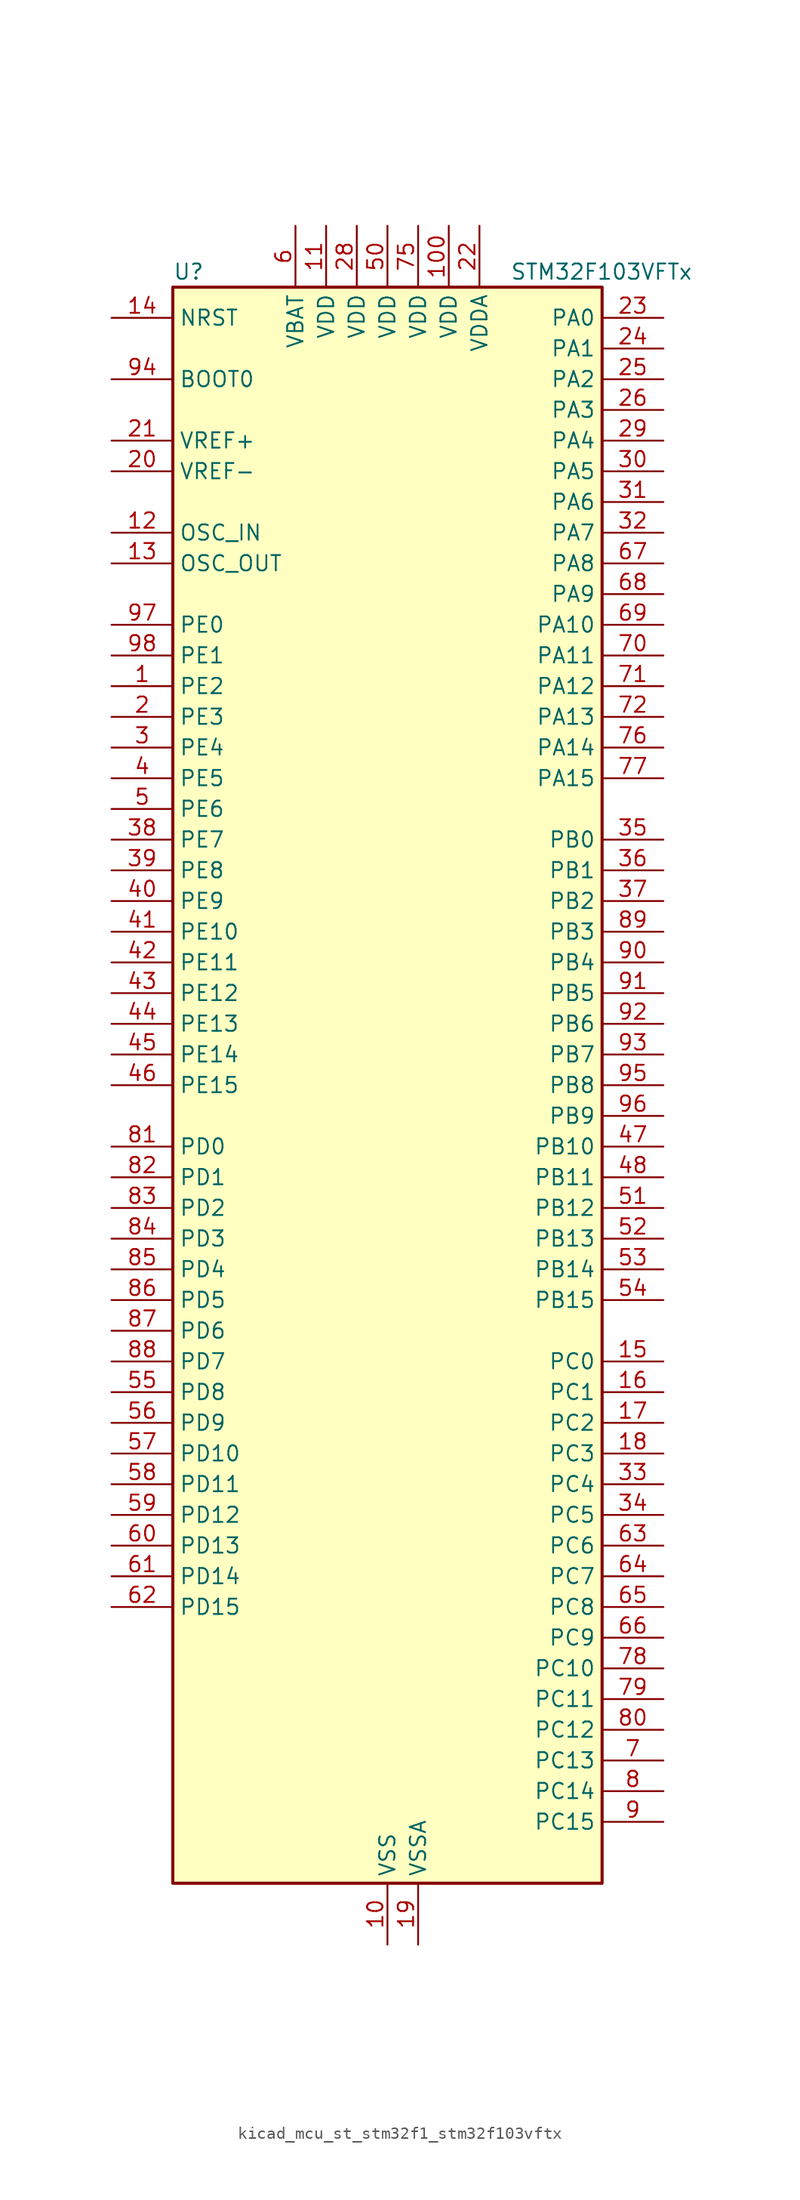
<source format=kicad_sym>
(kicad_symbol_lib
  (version 20220914)
  (generator kicad_symbol_editor)
  (symbol "kicad_mcu_st_stm32f1_stm32f103vftx"
    (property "Reference" "U"
      (at -17.78 67.31 0)
      (effects (font (size 1.27 1.27)) (justify left)))
    (property "Value" "STM32F103VFTx"
      (at 10.16 67.31 0)
      (effects (font (size 1.27 1.27)) (justify left)))
    (property "ki_locked" ""
      (at 0 0 0)
      (effects (font (size 1.27 1.27))))
    (symbol "kicad_mcu_st_stm32f1_stm32f103vftx_0_1"
      (rectangle (start -17.78 -66.04) (end 17.78 66.04) (stroke (width 0.254) (type default)) (fill (type background))))
    (symbol "kicad_mcu_st_stm32f1_stm32f103vftx_1_1"
      (pin bidirectional line (at -22.86 33.02 0) (length 5.08) (name "PE2" (effects (font (size 1.27 1.27)))) (number "1" (effects (font (size 1.27 1.27)))) (alternate "FSMC_A23" bidirectional line) (alternate "SYS_TRACECLK" bidirectional line))
      (pin power_in line (at 0 -71.12 90) (length 5.08) (name "VSS" (effects (font (size 1.27 1.27)))) (number "10" (effects (font (size 1.27 1.27)))))
      (pin power_in line (at 5.08 71.12 270) (length 5.08) (name "VDD" (effects (font (size 1.27 1.27)))) (number "100" (effects (font (size 1.27 1.27)))))
      (pin power_in line (at -5.08 71.12 270) (length 5.08) (name "VDD" (effects (font (size 1.27 1.27)))) (number "11" (effects (font (size 1.27 1.27)))))
      (pin input line (at -22.86 45.72 0) (length 5.08) (name "OSC_IN" (effects (font (size 1.27 1.27)))) (number "12" (effects (font (size 1.27 1.27)))) (alternate "RCC_OSC_IN" bidirectional line))
      (pin input line (at -22.86 43.18 0) (length 5.08) (name "OSC_OUT" (effects (font (size 1.27 1.27)))) (number "13" (effects (font (size 1.27 1.27)))) (alternate "RCC_OSC_OUT" bidirectional line))
      (pin input line (at -22.86 63.5 0) (length 5.08) (name "NRST" (effects (font (size 1.27 1.27)))) (number "14" (effects (font (size 1.27 1.27)))))
      (pin bidirectional line (at 22.86 -22.86 180) (length 5.08) (name "PC0" (effects (font (size 1.27 1.27)))) (number "15" (effects (font (size 1.27 1.27)))) (alternate "ADC1_IN10" bidirectional line) (alternate "ADC2_IN10" bidirectional line) (alternate "ADC3_IN10" bidirectional line))
      (pin bidirectional line (at 22.86 -25.4 180) (length 5.08) (name "PC1" (effects (font (size 1.27 1.27)))) (number "16" (effects (font (size 1.27 1.27)))) (alternate "ADC1_IN11" bidirectional line) (alternate "ADC2_IN11" bidirectional line) (alternate "ADC3_IN11" bidirectional line))
      (pin bidirectional line (at 22.86 -27.94 180) (length 5.08) (name "PC2" (effects (font (size 1.27 1.27)))) (number "17" (effects (font (size 1.27 1.27)))) (alternate "ADC1_IN12" bidirectional line) (alternate "ADC2_IN12" bidirectional line) (alternate "ADC3_IN12" bidirectional line))
      (pin bidirectional line (at 22.86 -30.48 180) (length 5.08) (name "PC3" (effects (font (size 1.27 1.27)))) (number "18" (effects (font (size 1.27 1.27)))) (alternate "ADC1_IN13" bidirectional line) (alternate "ADC2_IN13" bidirectional line) (alternate "ADC3_IN13" bidirectional line))
      (pin power_in line (at 2.54 -71.12 90) (length 5.08) (name "VSSA" (effects (font (size 1.27 1.27)))) (number "19" (effects (font (size 1.27 1.27)))))
      (pin bidirectional line (at -22.86 30.48 0) (length 5.08) (name "PE3" (effects (font (size 1.27 1.27)))) (number "2" (effects (font (size 1.27 1.27)))) (alternate "FSMC_A19" bidirectional line) (alternate "SYS_TRACED0" bidirectional line))
      (pin input line (at -22.86 50.8 0) (length 5.08) (name "VREF-" (effects (font (size 1.27 1.27)))) (number "20" (effects (font (size 1.27 1.27)))))
      (pin input line (at -22.86 53.34 0) (length 5.08) (name "VREF+" (effects (font (size 1.27 1.27)))) (number "21" (effects (font (size 1.27 1.27)))))
      (pin power_in line (at 7.62 71.12 270) (length 5.08) (name "VDDA" (effects (font (size 1.27 1.27)))) (number "22" (effects (font (size 1.27 1.27)))))
      (pin bidirectional line (at 22.86 63.5 180) (length 5.08) (name "PA0" (effects (font (size 1.27 1.27)))) (number "23" (effects (font (size 1.27 1.27)))) (alternate "ADC1_IN0" bidirectional line) (alternate "ADC2_IN0" bidirectional line) (alternate "ADC3_IN0" bidirectional line) (alternate "SYS_WKUP" bidirectional line) (alternate "TIM2_CH1" bidirectional line) (alternate "TIM2_ETR" bidirectional line) (alternate "TIM5_CH1" bidirectional line) (alternate "TIM8_ETR" bidirectional line) (alternate "USART2_CTS" bidirectional line))
      (pin bidirectional line (at 22.86 60.96 180) (length 5.08) (name "PA1" (effects (font (size 1.27 1.27)))) (number "24" (effects (font (size 1.27 1.27)))) (alternate "ADC1_IN1" bidirectional line) (alternate "ADC2_IN1" bidirectional line) (alternate "ADC3_IN1" bidirectional line) (alternate "TIM2_CH2" bidirectional line) (alternate "TIM5_CH2" bidirectional line) (alternate "USART2_RTS" bidirectional line))
      (pin bidirectional line (at 22.86 58.42 180) (length 5.08) (name "PA2" (effects (font (size 1.27 1.27)))) (number "25" (effects (font (size 1.27 1.27)))) (alternate "ADC1_IN2" bidirectional line) (alternate "ADC2_IN2" bidirectional line) (alternate "ADC3_IN2" bidirectional line) (alternate "TIM2_CH3" bidirectional line) (alternate "TIM5_CH3" bidirectional line) (alternate "TIM9_CH1" bidirectional line) (alternate "USART2_TX" bidirectional line))
      (pin bidirectional line (at 22.86 55.88 180) (length 5.08) (name "PA3" (effects (font (size 1.27 1.27)))) (number "26" (effects (font (size 1.27 1.27)))) (alternate "ADC1_IN3" bidirectional line) (alternate "ADC2_IN3" bidirectional line) (alternate "ADC3_IN3" bidirectional line) (alternate "TIM2_CH4" bidirectional line) (alternate "TIM5_CH4" bidirectional line) (alternate "TIM9_CH2" bidirectional line) (alternate "USART2_RX" bidirectional line))
      (pin passive line (at 0 -71.12 90) (length 5.08) hide (name "VSS" (effects (font (size 1.27 1.27)))) (number "27" (effects (font (size 1.27 1.27)))))
      (pin power_in line (at -2.54 71.12 270) (length 5.08) (name "VDD" (effects (font (size 1.27 1.27)))) (number "28" (effects (font (size 1.27 1.27)))))
      (pin bidirectional line (at 22.86 53.34 180) (length 5.08) (name "PA4" (effects (font (size 1.27 1.27)))) (number "29" (effects (font (size 1.27 1.27)))) (alternate "ADC1_IN4" bidirectional line) (alternate "ADC2_IN4" bidirectional line) (alternate "DAC_OUT1" bidirectional line) (alternate "SPI1_NSS" bidirectional line) (alternate "USART2_CK" bidirectional line))
      (pin bidirectional line (at -22.86 27.94 0) (length 5.08) (name "PE4" (effects (font (size 1.27 1.27)))) (number "3" (effects (font (size 1.27 1.27)))) (alternate "FSMC_A20" bidirectional line) (alternate "SYS_TRACED1" bidirectional line))
      (pin bidirectional line (at 22.86 50.8 180) (length 5.08) (name "PA5" (effects (font (size 1.27 1.27)))) (number "30" (effects (font (size 1.27 1.27)))) (alternate "ADC1_IN5" bidirectional line) (alternate "ADC2_IN5" bidirectional line) (alternate "DAC_OUT2" bidirectional line) (alternate "SPI1_SCK" bidirectional line))
      (pin bidirectional line (at 22.86 48.26 180) (length 5.08) (name "PA6" (effects (font (size 1.27 1.27)))) (number "31" (effects (font (size 1.27 1.27)))) (alternate "ADC1_IN6" bidirectional line) (alternate "ADC2_IN6" bidirectional line) (alternate "SPI1_MISO" bidirectional line) (alternate "TIM13_CH1" bidirectional line) (alternate "TIM1_BKIN" bidirectional line) (alternate "TIM3_CH1" bidirectional line) (alternate "TIM8_BKIN" bidirectional line))
      (pin bidirectional line (at 22.86 45.72 180) (length 5.08) (name "PA7" (effects (font (size 1.27 1.27)))) (number "32" (effects (font (size 1.27 1.27)))) (alternate "ADC1_IN7" bidirectional line) (alternate "ADC2_IN7" bidirectional line) (alternate "SPI1_MOSI" bidirectional line) (alternate "TIM14_CH1" bidirectional line) (alternate "TIM1_CH1N" bidirectional line) (alternate "TIM3_CH2" bidirectional line) (alternate "TIM8_CH1N" bidirectional line))
      (pin bidirectional line (at 22.86 -33.02 180) (length 5.08) (name "PC4" (effects (font (size 1.27 1.27)))) (number "33" (effects (font (size 1.27 1.27)))) (alternate "ADC1_IN14" bidirectional line) (alternate "ADC2_IN14" bidirectional line))
      (pin bidirectional line (at 22.86 -35.56 180) (length 5.08) (name "PC5" (effects (font (size 1.27 1.27)))) (number "34" (effects (font (size 1.27 1.27)))) (alternate "ADC1_IN15" bidirectional line) (alternate "ADC2_IN15" bidirectional line))
      (pin bidirectional line (at 22.86 20.32 180) (length 5.08) (name "PB0" (effects (font (size 1.27 1.27)))) (number "35" (effects (font (size 1.27 1.27)))) (alternate "ADC1_IN8" bidirectional line) (alternate "ADC2_IN8" bidirectional line) (alternate "TIM1_CH2N" bidirectional line) (alternate "TIM3_CH3" bidirectional line) (alternate "TIM8_CH2N" bidirectional line))
      (pin bidirectional line (at 22.86 17.78 180) (length 5.08) (name "PB1" (effects (font (size 1.27 1.27)))) (number "36" (effects (font (size 1.27 1.27)))) (alternate "ADC1_IN9" bidirectional line) (alternate "ADC2_IN9" bidirectional line) (alternate "TIM1_CH3N" bidirectional line) (alternate "TIM3_CH4" bidirectional line) (alternate "TIM8_CH3N" bidirectional line))
      (pin bidirectional line (at 22.86 15.24 180) (length 5.08) (name "PB2" (effects (font (size 1.27 1.27)))) (number "37" (effects (font (size 1.27 1.27)))))
      (pin bidirectional line (at -22.86 20.32 0) (length 5.08) (name "PE7" (effects (font (size 1.27 1.27)))) (number "38" (effects (font (size 1.27 1.27)))) (alternate "FSMC_D4" bidirectional line) (alternate "FSMC_DA4" bidirectional line) (alternate "TIM1_ETR" bidirectional line))
      (pin bidirectional line (at -22.86 17.78 0) (length 5.08) (name "PE8" (effects (font (size 1.27 1.27)))) (number "39" (effects (font (size 1.27 1.27)))) (alternate "FSMC_D5" bidirectional line) (alternate "FSMC_DA5" bidirectional line) (alternate "TIM1_CH1N" bidirectional line))
      (pin bidirectional line (at -22.86 25.4 0) (length 5.08) (name "PE5" (effects (font (size 1.27 1.27)))) (number "4" (effects (font (size 1.27 1.27)))) (alternate "FSMC_A21" bidirectional line) (alternate "SYS_TRACED2" bidirectional line) (alternate "TIM9_CH1" bidirectional line))
      (pin bidirectional line (at -22.86 15.24 0) (length 5.08) (name "PE9" (effects (font (size 1.27 1.27)))) (number "40" (effects (font (size 1.27 1.27)))) (alternate "DAC_EXTI9" bidirectional line) (alternate "FSMC_D6" bidirectional line) (alternate "FSMC_DA6" bidirectional line) (alternate "TIM1_CH1" bidirectional line))
      (pin bidirectional line (at -22.86 12.7 0) (length 5.08) (name "PE10" (effects (font (size 1.27 1.27)))) (number "41" (effects (font (size 1.27 1.27)))) (alternate "FSMC_D7" bidirectional line) (alternate "FSMC_DA7" bidirectional line) (alternate "TIM1_CH2N" bidirectional line))
      (pin bidirectional line (at -22.86 10.16 0) (length 5.08) (name "PE11" (effects (font (size 1.27 1.27)))) (number "42" (effects (font (size 1.27 1.27)))) (alternate "ADC1_EXTI11" bidirectional line) (alternate "ADC2_EXTI11" bidirectional line) (alternate "FSMC_D8" bidirectional line) (alternate "FSMC_DA8" bidirectional line) (alternate "TIM1_CH2" bidirectional line))
      (pin bidirectional line (at -22.86 7.62 0) (length 5.08) (name "PE12" (effects (font (size 1.27 1.27)))) (number "43" (effects (font (size 1.27 1.27)))) (alternate "FSMC_D9" bidirectional line) (alternate "FSMC_DA9" bidirectional line) (alternate "TIM1_CH3N" bidirectional line))
      (pin bidirectional line (at -22.86 5.08 0) (length 5.08) (name "PE13" (effects (font (size 1.27 1.27)))) (number "44" (effects (font (size 1.27 1.27)))) (alternate "FSMC_D10" bidirectional line) (alternate "FSMC_DA10" bidirectional line) (alternate "TIM1_CH3" bidirectional line))
      (pin bidirectional line (at -22.86 2.54 0) (length 5.08) (name "PE14" (effects (font (size 1.27 1.27)))) (number "45" (effects (font (size 1.27 1.27)))) (alternate "FSMC_D11" bidirectional line) (alternate "FSMC_DA11" bidirectional line) (alternate "TIM1_CH4" bidirectional line))
      (pin bidirectional line (at -22.86 0 0) (length 5.08) (name "PE15" (effects (font (size 1.27 1.27)))) (number "46" (effects (font (size 1.27 1.27)))) (alternate "ADC1_EXTI15" bidirectional line) (alternate "ADC2_EXTI15" bidirectional line) (alternate "FSMC_D12" bidirectional line) (alternate "FSMC_DA12" bidirectional line) (alternate "TIM1_BKIN" bidirectional line))
      (pin bidirectional line (at 22.86 -5.08 180) (length 5.08) (name "PB10" (effects (font (size 1.27 1.27)))) (number "47" (effects (font (size 1.27 1.27)))) (alternate "I2C2_SCL" bidirectional line) (alternate "TIM2_CH3" bidirectional line) (alternate "USART3_TX" bidirectional line))
      (pin bidirectional line (at 22.86 -7.62 180) (length 5.08) (name "PB11" (effects (font (size 1.27 1.27)))) (number "48" (effects (font (size 1.27 1.27)))) (alternate "ADC1_EXTI11" bidirectional line) (alternate "ADC2_EXTI11" bidirectional line) (alternate "I2C2_SDA" bidirectional line) (alternate "TIM2_CH4" bidirectional line) (alternate "USART3_RX" bidirectional line))
      (pin passive line (at 0 -71.12 90) (length 5.08) hide (name "VSS" (effects (font (size 1.27 1.27)))) (number "49" (effects (font (size 1.27 1.27)))))
      (pin bidirectional line (at -22.86 22.86 0) (length 5.08) (name "PE6" (effects (font (size 1.27 1.27)))) (number "5" (effects (font (size 1.27 1.27)))) (alternate "FSMC_A22" bidirectional line) (alternate "SYS_TRACED3" bidirectional line) (alternate "TIM9_CH2" bidirectional line))
      (pin power_in line (at 0 71.12 270) (length 5.08) (name "VDD" (effects (font (size 1.27 1.27)))) (number "50" (effects (font (size 1.27 1.27)))))
      (pin bidirectional line (at 22.86 -10.16 180) (length 5.08) (name "PB12" (effects (font (size 1.27 1.27)))) (number "51" (effects (font (size 1.27 1.27)))) (alternate "I2C2_SMBA" bidirectional line) (alternate "I2S2_WS" bidirectional line) (alternate "SPI2_NSS" bidirectional line) (alternate "TIM1_BKIN" bidirectional line) (alternate "USART3_CK" bidirectional line))
      (pin bidirectional line (at 22.86 -12.7 180) (length 5.08) (name "PB13" (effects (font (size 1.27 1.27)))) (number "52" (effects (font (size 1.27 1.27)))) (alternate "I2S2_CK" bidirectional line) (alternate "SPI2_SCK" bidirectional line) (alternate "TIM1_CH1N" bidirectional line) (alternate "USART3_CTS" bidirectional line))
      (pin bidirectional line (at 22.86 -15.24 180) (length 5.08) (name "PB14" (effects (font (size 1.27 1.27)))) (number "53" (effects (font (size 1.27 1.27)))) (alternate "SPI2_MISO" bidirectional line) (alternate "TIM12_CH1" bidirectional line) (alternate "TIM1_CH2N" bidirectional line) (alternate "USART3_RTS" bidirectional line))
      (pin bidirectional line (at 22.86 -17.78 180) (length 5.08) (name "PB15" (effects (font (size 1.27 1.27)))) (number "54" (effects (font (size 1.27 1.27)))) (alternate "ADC1_EXTI15" bidirectional line) (alternate "ADC2_EXTI15" bidirectional line) (alternate "I2S2_SD" bidirectional line) (alternate "SPI2_MOSI" bidirectional line) (alternate "TIM12_CH2" bidirectional line) (alternate "TIM1_CH3N" bidirectional line))
      (pin bidirectional line (at -22.86 -25.4 0) (length 5.08) (name "PD8" (effects (font (size 1.27 1.27)))) (number "55" (effects (font (size 1.27 1.27)))) (alternate "FSMC_D13" bidirectional line) (alternate "FSMC_DA13" bidirectional line) (alternate "USART3_TX" bidirectional line))
      (pin bidirectional line (at -22.86 -27.94 0) (length 5.08) (name "PD9" (effects (font (size 1.27 1.27)))) (number "56" (effects (font (size 1.27 1.27)))) (alternate "DAC_EXTI9" bidirectional line) (alternate "FSMC_D14" bidirectional line) (alternate "FSMC_DA14" bidirectional line) (alternate "USART3_RX" bidirectional line))
      (pin bidirectional line (at -22.86 -30.48 0) (length 5.08) (name "PD10" (effects (font (size 1.27 1.27)))) (number "57" (effects (font (size 1.27 1.27)))) (alternate "FSMC_D15" bidirectional line) (alternate "FSMC_DA15" bidirectional line) (alternate "USART3_CK" bidirectional line))
      (pin bidirectional line (at -22.86 -33.02 0) (length 5.08) (name "PD11" (effects (font (size 1.27 1.27)))) (number "58" (effects (font (size 1.27 1.27)))) (alternate "ADC1_EXTI11" bidirectional line) (alternate "ADC2_EXTI11" bidirectional line) (alternate "FSMC_A16" bidirectional line) (alternate "FSMC_CLE" bidirectional line) (alternate "USART3_CTS" bidirectional line))
      (pin bidirectional line (at -22.86 -35.56 0) (length 5.08) (name "PD12" (effects (font (size 1.27 1.27)))) (number "59" (effects (font (size 1.27 1.27)))) (alternate "FSMC_A17" bidirectional line) (alternate "FSMC_ALE" bidirectional line) (alternate "TIM4_CH1" bidirectional line) (alternate "USART3_RTS" bidirectional line))
      (pin power_in line (at -7.62 71.12 270) (length 5.08) (name "VBAT" (effects (font (size 1.27 1.27)))) (number "6" (effects (font (size 1.27 1.27)))))
      (pin bidirectional line (at -22.86 -38.1 0) (length 5.08) (name "PD13" (effects (font (size 1.27 1.27)))) (number "60" (effects (font (size 1.27 1.27)))) (alternate "FSMC_A18" bidirectional line) (alternate "TIM4_CH2" bidirectional line))
      (pin bidirectional line (at -22.86 -40.64 0) (length 5.08) (name "PD14" (effects (font (size 1.27 1.27)))) (number "61" (effects (font (size 1.27 1.27)))) (alternate "FSMC_D0" bidirectional line) (alternate "FSMC_DA0" bidirectional line) (alternate "TIM4_CH3" bidirectional line))
      (pin bidirectional line (at -22.86 -43.18 0) (length 5.08) (name "PD15" (effects (font (size 1.27 1.27)))) (number "62" (effects (font (size 1.27 1.27)))) (alternate "ADC1_EXTI15" bidirectional line) (alternate "ADC2_EXTI15" bidirectional line) (alternate "FSMC_D1" bidirectional line) (alternate "FSMC_DA1" bidirectional line) (alternate "TIM4_CH4" bidirectional line))
      (pin bidirectional line (at 22.86 -38.1 180) (length 5.08) (name "PC6" (effects (font (size 1.27 1.27)))) (number "63" (effects (font (size 1.27 1.27)))) (alternate "I2S2_MCK" bidirectional line) (alternate "SDIO_D6" bidirectional line) (alternate "TIM3_CH1" bidirectional line) (alternate "TIM8_CH1" bidirectional line))
      (pin bidirectional line (at 22.86 -40.64 180) (length 5.08) (name "PC7" (effects (font (size 1.27 1.27)))) (number "64" (effects (font (size 1.27 1.27)))) (alternate "I2S3_MCK" bidirectional line) (alternate "SDIO_D7" bidirectional line) (alternate "TIM3_CH2" bidirectional line) (alternate "TIM8_CH2" bidirectional line))
      (pin bidirectional line (at 22.86 -43.18 180) (length 5.08) (name "PC8" (effects (font (size 1.27 1.27)))) (number "65" (effects (font (size 1.27 1.27)))) (alternate "SDIO_D0" bidirectional line) (alternate "TIM3_CH3" bidirectional line) (alternate "TIM8_CH3" bidirectional line))
      (pin bidirectional line (at 22.86 -45.72 180) (length 5.08) (name "PC9" (effects (font (size 1.27 1.27)))) (number "66" (effects (font (size 1.27 1.27)))) (alternate "DAC_EXTI9" bidirectional line) (alternate "SDIO_D1" bidirectional line) (alternate "TIM3_CH4" bidirectional line) (alternate "TIM8_CH4" bidirectional line))
      (pin bidirectional line (at 22.86 43.18 180) (length 5.08) (name "PA8" (effects (font (size 1.27 1.27)))) (number "67" (effects (font (size 1.27 1.27)))) (alternate "RCC_MCO" bidirectional line) (alternate "TIM1_CH1" bidirectional line) (alternate "USART1_CK" bidirectional line))
      (pin bidirectional line (at 22.86 40.64 180) (length 5.08) (name "PA9" (effects (font (size 1.27 1.27)))) (number "68" (effects (font (size 1.27 1.27)))) (alternate "DAC_EXTI9" bidirectional line) (alternate "TIM1_CH2" bidirectional line) (alternate "USART1_TX" bidirectional line))
      (pin bidirectional line (at 22.86 38.1 180) (length 5.08) (name "PA10" (effects (font (size 1.27 1.27)))) (number "69" (effects (font (size 1.27 1.27)))) (alternate "TIM1_CH3" bidirectional line) (alternate "USART1_RX" bidirectional line))
      (pin bidirectional line (at 22.86 -55.88 180) (length 5.08) (name "PC13" (effects (font (size 1.27 1.27)))) (number "7" (effects (font (size 1.27 1.27)))) (alternate "RTC_OUT" bidirectional line) (alternate "RTC_TAMPER" bidirectional line))
      (pin bidirectional line (at 22.86 35.56 180) (length 5.08) (name "PA11" (effects (font (size 1.27 1.27)))) (number "70" (effects (font (size 1.27 1.27)))) (alternate "ADC1_EXTI11" bidirectional line) (alternate "ADC2_EXTI11" bidirectional line) (alternate "CAN_RX" bidirectional line) (alternate "TIM1_CH4" bidirectional line) (alternate "USART1_CTS" bidirectional line) (alternate "USB_DM" bidirectional line))
      (pin bidirectional line (at 22.86 33.02 180) (length 5.08) (name "PA12" (effects (font (size 1.27 1.27)))) (number "71" (effects (font (size 1.27 1.27)))) (alternate "CAN_TX" bidirectional line) (alternate "TIM1_ETR" bidirectional line) (alternate "USART1_RTS" bidirectional line) (alternate "USB_DP" bidirectional line))
      (pin bidirectional line (at 22.86 30.48 180) (length 5.08) (name "PA13" (effects (font (size 1.27 1.27)))) (number "72" (effects (font (size 1.27 1.27)))) (alternate "SYS_JTMS-SWDIO" bidirectional line))
      (pin no_connect line (at -17.78 -66.04 0) (length 5.08) hide (name "NC" (effects (font (size 1.27 1.27)))) (number "73" (effects (font (size 1.27 1.27)))))
      (pin passive line (at 0 -71.12 90) (length 5.08) hide (name "VSS" (effects (font (size 1.27 1.27)))) (number "74" (effects (font (size 1.27 1.27)))))
      (pin power_in line (at 2.54 71.12 270) (length 5.08) (name "VDD" (effects (font (size 1.27 1.27)))) (number "75" (effects (font (size 1.27 1.27)))))
      (pin bidirectional line (at 22.86 27.94 180) (length 5.08) (name "PA14" (effects (font (size 1.27 1.27)))) (number "76" (effects (font (size 1.27 1.27)))) (alternate "SYS_JTCK-SWCLK" bidirectional line))
      (pin bidirectional line (at 22.86 25.4 180) (length 5.08) (name "PA15" (effects (font (size 1.27 1.27)))) (number "77" (effects (font (size 1.27 1.27)))) (alternate "ADC1_EXTI15" bidirectional line) (alternate "ADC2_EXTI15" bidirectional line) (alternate "I2S3_WS" bidirectional line) (alternate "SPI1_NSS" bidirectional line) (alternate "SPI3_NSS" bidirectional line) (alternate "SYS_JTDI" bidirectional line) (alternate "TIM2_CH1" bidirectional line) (alternate "TIM2_ETR" bidirectional line))
      (pin bidirectional line (at 22.86 -48.26 180) (length 5.08) (name "PC10" (effects (font (size 1.27 1.27)))) (number "78" (effects (font (size 1.27 1.27)))) (alternate "SDIO_D2" bidirectional line) (alternate "UART4_TX" bidirectional line) (alternate "USART3_TX" bidirectional line))
      (pin bidirectional line (at 22.86 -50.8 180) (length 5.08) (name "PC11" (effects (font (size 1.27 1.27)))) (number "79" (effects (font (size 1.27 1.27)))) (alternate "ADC1_EXTI11" bidirectional line) (alternate "ADC2_EXTI11" bidirectional line) (alternate "SDIO_D3" bidirectional line) (alternate "UART4_RX" bidirectional line) (alternate "USART3_RX" bidirectional line))
      (pin bidirectional line (at 22.86 -58.42 180) (length 5.08) (name "PC14" (effects (font (size 1.27 1.27)))) (number "8" (effects (font (size 1.27 1.27)))) (alternate "RCC_OSC32_IN" bidirectional line))
      (pin bidirectional line (at 22.86 -53.34 180) (length 5.08) (name "PC12" (effects (font (size 1.27 1.27)))) (number "80" (effects (font (size 1.27 1.27)))) (alternate "SDIO_CK" bidirectional line) (alternate "UART5_TX" bidirectional line) (alternate "USART3_CK" bidirectional line))
      (pin bidirectional line (at -22.86 -5.08 0) (length 5.08) (name "PD0" (effects (font (size 1.27 1.27)))) (number "81" (effects (font (size 1.27 1.27)))) (alternate "CAN_RX" bidirectional line) (alternate "FSMC_D2" bidirectional line) (alternate "FSMC_DA2" bidirectional line))
      (pin bidirectional line (at -22.86 -7.62 0) (length 5.08) (name "PD1" (effects (font (size 1.27 1.27)))) (number "82" (effects (font (size 1.27 1.27)))) (alternate "CAN_TX" bidirectional line) (alternate "FSMC_D3" bidirectional line) (alternate "FSMC_DA3" bidirectional line))
      (pin bidirectional line (at -22.86 -10.16 0) (length 5.08) (name "PD2" (effects (font (size 1.27 1.27)))) (number "83" (effects (font (size 1.27 1.27)))) (alternate "SDIO_CMD" bidirectional line) (alternate "TIM3_ETR" bidirectional line) (alternate "UART5_RX" bidirectional line))
      (pin bidirectional line (at -22.86 -12.7 0) (length 5.08) (name "PD3" (effects (font (size 1.27 1.27)))) (number "84" (effects (font (size 1.27 1.27)))) (alternate "FSMC_CLK" bidirectional line) (alternate "USART2_CTS" bidirectional line))
      (pin bidirectional line (at -22.86 -15.24 0) (length 5.08) (name "PD4" (effects (font (size 1.27 1.27)))) (number "85" (effects (font (size 1.27 1.27)))) (alternate "FSMC_NOE" bidirectional line) (alternate "USART2_RTS" bidirectional line))
      (pin bidirectional line (at -22.86 -17.78 0) (length 5.08) (name "PD5" (effects (font (size 1.27 1.27)))) (number "86" (effects (font (size 1.27 1.27)))) (alternate "FSMC_NWE" bidirectional line) (alternate "USART2_TX" bidirectional line))
      (pin bidirectional line (at -22.86 -20.32 0) (length 5.08) (name "PD6" (effects (font (size 1.27 1.27)))) (number "87" (effects (font (size 1.27 1.27)))) (alternate "FSMC_NWAIT" bidirectional line) (alternate "USART2_RX" bidirectional line))
      (pin bidirectional line (at -22.86 -22.86 0) (length 5.08) (name "PD7" (effects (font (size 1.27 1.27)))) (number "88" (effects (font (size 1.27 1.27)))) (alternate "FSMC_NCE2" bidirectional line) (alternate "FSMC_NE1" bidirectional line) (alternate "USART2_CK" bidirectional line))
      (pin bidirectional line (at 22.86 12.7 180) (length 5.08) (name "PB3" (effects (font (size 1.27 1.27)))) (number "89" (effects (font (size 1.27 1.27)))) (alternate "I2S3_CK" bidirectional line) (alternate "SPI1_SCK" bidirectional line) (alternate "SPI3_SCK" bidirectional line) (alternate "SYS_JTDO-TRACESWO" bidirectional line) (alternate "TIM2_CH2" bidirectional line))
      (pin bidirectional line (at 22.86 -60.96 180) (length 5.08) (name "PC15" (effects (font (size 1.27 1.27)))) (number "9" (effects (font (size 1.27 1.27)))) (alternate "ADC1_EXTI15" bidirectional line) (alternate "ADC2_EXTI15" bidirectional line) (alternate "RCC_OSC32_OUT" bidirectional line))
      (pin bidirectional line (at 22.86 10.16 180) (length 5.08) (name "PB4" (effects (font (size 1.27 1.27)))) (number "90" (effects (font (size 1.27 1.27)))) (alternate "SPI1_MISO" bidirectional line) (alternate "SPI3_MISO" bidirectional line) (alternate "SYS_NJTRST" bidirectional line) (alternate "TIM3_CH1" bidirectional line))
      (pin bidirectional line (at 22.86 7.62 180) (length 5.08) (name "PB5" (effects (font (size 1.27 1.27)))) (number "91" (effects (font (size 1.27 1.27)))) (alternate "I2C1_SMBA" bidirectional line) (alternate "I2S3_SD" bidirectional line) (alternate "SPI1_MOSI" bidirectional line) (alternate "SPI3_MOSI" bidirectional line) (alternate "TIM3_CH2" bidirectional line))
      (pin bidirectional line (at 22.86 5.08 180) (length 5.08) (name "PB6" (effects (font (size 1.27 1.27)))) (number "92" (effects (font (size 1.27 1.27)))) (alternate "I2C1_SCL" bidirectional line) (alternate "TIM4_CH1" bidirectional line) (alternate "USART1_TX" bidirectional line))
      (pin bidirectional line (at 22.86 2.54 180) (length 5.08) (name "PB7" (effects (font (size 1.27 1.27)))) (number "93" (effects (font (size 1.27 1.27)))) (alternate "FSMC_NL" bidirectional line) (alternate "I2C1_SDA" bidirectional line) (alternate "TIM4_CH2" bidirectional line) (alternate "USART1_RX" bidirectional line))
      (pin input line (at -22.86 58.42 0) (length 5.08) (name "BOOT0" (effects (font (size 1.27 1.27)))) (number "94" (effects (font (size 1.27 1.27)))))
      (pin bidirectional line (at 22.86 0 180) (length 5.08) (name "PB8" (effects (font (size 1.27 1.27)))) (number "95" (effects (font (size 1.27 1.27)))) (alternate "CAN_RX" bidirectional line) (alternate "I2C1_SCL" bidirectional line) (alternate "SDIO_D4" bidirectional line) (alternate "TIM10_CH1" bidirectional line) (alternate "TIM4_CH3" bidirectional line))
      (pin bidirectional line (at 22.86 -2.54 180) (length 5.08) (name "PB9" (effects (font (size 1.27 1.27)))) (number "96" (effects (font (size 1.27 1.27)))) (alternate "CAN_TX" bidirectional line) (alternate "DAC_EXTI9" bidirectional line) (alternate "I2C1_SDA" bidirectional line) (alternate "SDIO_D5" bidirectional line) (alternate "TIM11_CH1" bidirectional line) (alternate "TIM4_CH4" bidirectional line))
      (pin bidirectional line (at -22.86 38.1 0) (length 5.08) (name "PE0" (effects (font (size 1.27 1.27)))) (number "97" (effects (font (size 1.27 1.27)))) (alternate "FSMC_NBL0" bidirectional line) (alternate "TIM4_ETR" bidirectional line))
      (pin bidirectional line (at -22.86 35.56 0) (length 5.08) (name "PE1" (effects (font (size 1.27 1.27)))) (number "98" (effects (font (size 1.27 1.27)))) (alternate "FSMC_NBL1" bidirectional line))
      (pin passive line (at 0 -71.12 90) (length 5.08) hide (name "VSS" (effects (font (size 1.27 1.27)))) (number "99" (effects (font (size 1.27 1.27))))))))
</source>
